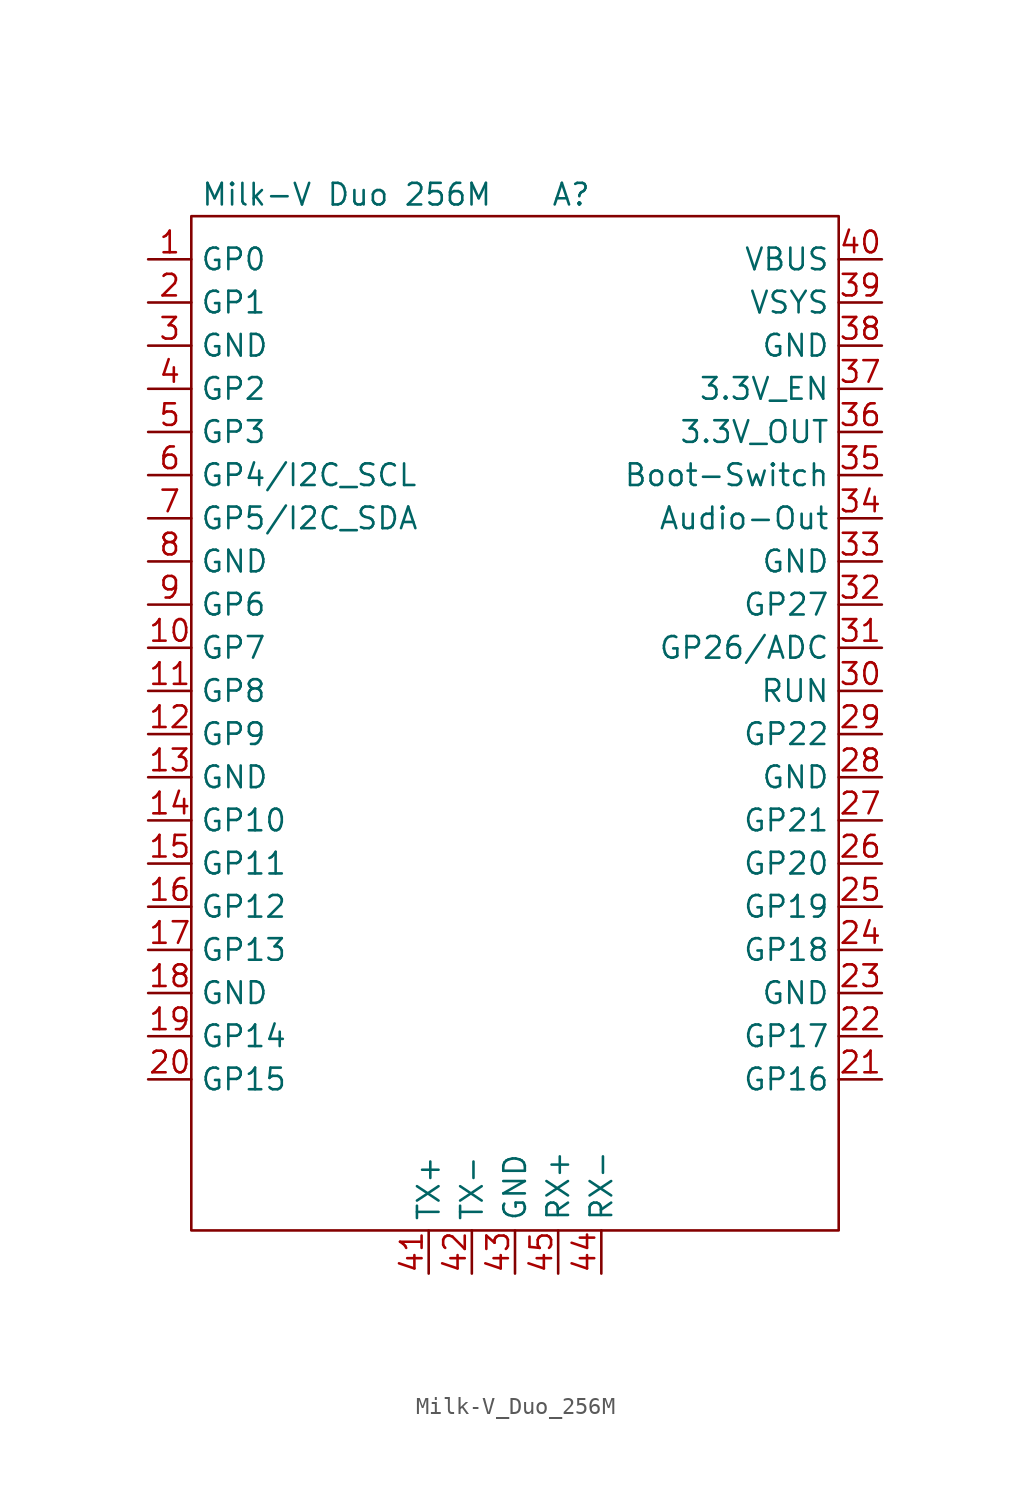
<source format=kicad_sym>
(kicad_symbol_lib
  (version 20231120)
  (generator "kicad_symbol_editor")
  (generator_version "8.0")
  (symbol "Milk-V_Duo_256M"
    (property "Reference" "A"
      (at 3.302 -1.27 0)
      (effects (font (size 1.27 1.27))))
    (property "Value" "Milk-V Duo 256M"
      (at -9.906 -1.27 0)
      (effects (font (size 1.27 1.27))))
    (symbol "Milk-V_Duo_256M_0_1"
      (rectangle (start -19.05 -2.54) (end 19.05 -62.23) (stroke (width 0) (type default)) (fill (type none))))
    (symbol "Milk-V_Duo_256M_1_1"
      (pin bidirectional line (at -21.59 -5.08 0) (length 2.54) (name "GP0" (effects (font (size 1.27 1.27)))) (number "1" (effects (font (size 1.27 1.27)))))
      (pin bidirectional line (at -21.59 -27.94 0) (length 2.54) (name "GP7" (effects (font (size 1.27 1.27)))) (number "10" (effects (font (size 1.27 1.27)))))
      (pin bidirectional line (at -21.59 -30.48 0) (length 2.54) (name "GP8" (effects (font (size 1.27 1.27)))) (number "11" (effects (font (size 1.27 1.27)))))
      (pin bidirectional line (at -21.59 -33.02 0) (length 2.54) (name "GP9" (effects (font (size 1.27 1.27)))) (number "12" (effects (font (size 1.27 1.27)))))
      (pin output line (at -21.59 -35.56 0) (length 2.54) (name "GND" (effects (font (size 1.27 1.27)))) (number "13" (effects (font (size 1.27 1.27)))))
      (pin bidirectional line (at -21.59 -38.1 0) (length 2.54) (name "GP10" (effects (font (size 1.27 1.27)))) (number "14" (effects (font (size 1.27 1.27)))))
      (pin bidirectional line (at -21.59 -40.64 0) (length 2.54) (name "GP11" (effects (font (size 1.27 1.27)))) (number "15" (effects (font (size 1.27 1.27)))))
      (pin bidirectional line (at -21.59 -43.18 0) (length 2.54) (name "GP12" (effects (font (size 1.27 1.27)))) (number "16" (effects (font (size 1.27 1.27)))))
      (pin bidirectional line (at -21.59 -45.72 0) (length 2.54) (name "GP13" (effects (font (size 1.27 1.27)))) (number "17" (effects (font (size 1.27 1.27)))))
      (pin output line (at -21.59 -48.26 0) (length 2.54) (name "GND" (effects (font (size 1.27 1.27)))) (number "18" (effects (font (size 1.27 1.27)))))
      (pin bidirectional line (at -21.59 -50.8 0) (length 2.54) (name "GP14" (effects (font (size 1.27 1.27)))) (number "19" (effects (font (size 1.27 1.27)))))
      (pin bidirectional line (at -21.59 -7.62 0) (length 2.54) (name "GP1" (effects (font (size 1.27 1.27)))) (number "2" (effects (font (size 1.27 1.27)))))
      (pin bidirectional line (at -21.59 -53.34 0) (length 2.54) (name "GP15" (effects (font (size 1.27 1.27)))) (number "20" (effects (font (size 1.27 1.27)))))
      (pin bidirectional line (at 21.59 -53.34 180) (length 2.54) (name "GP16" (effects (font (size 1.27 1.27)))) (number "21" (effects (font (size 1.27 1.27)))))
      (pin bidirectional line (at 21.59 -50.8 180) (length 2.54) (name "GP17" (effects (font (size 1.27 1.27)))) (number "22" (effects (font (size 1.27 1.27)))))
      (pin output line (at 21.59 -48.26 180) (length 2.54) (name "GND" (effects (font (size 1.27 1.27)))) (number "23" (effects (font (size 1.27 1.27)))))
      (pin bidirectional line (at 21.59 -45.72 180) (length 2.54) (name "GP18" (effects (font (size 1.27 1.27)))) (number "24" (effects (font (size 1.27 1.27)))))
      (pin bidirectional line (at 21.59 -43.18 180) (length 2.54) (name "GP19" (effects (font (size 1.27 1.27)))) (number "25" (effects (font (size 1.27 1.27)))))
      (pin bidirectional line (at 21.59 -40.64 180) (length 2.54) (name "GP20" (effects (font (size 1.27 1.27)))) (number "26" (effects (font (size 1.27 1.27)))))
      (pin bidirectional line (at 21.59 -38.1 180) (length 2.54) (name "GP21" (effects (font (size 1.27 1.27)))) (number "27" (effects (font (size 1.27 1.27)))))
      (pin output line (at 21.59 -35.56 180) (length 2.54) (name "GND" (effects (font (size 1.27 1.27)))) (number "28" (effects (font (size 1.27 1.27)))))
      (pin bidirectional line (at 21.59 -33.02 180) (length 2.54) (name "GP22" (effects (font (size 1.27 1.27)))) (number "29" (effects (font (size 1.27 1.27)))))
      (pin output line (at -21.59 -10.16 0) (length 2.54) (name "GND" (effects (font (size 1.27 1.27)))) (number "3" (effects (font (size 1.27 1.27)))))
      (pin bidirectional line (at 21.59 -30.48 180) (length 2.54) (name "RUN" (effects (font (size 1.27 1.27)))) (number "30" (effects (font (size 1.27 1.27)))))
      (pin bidirectional line (at 21.59 -27.94 180) (length 2.54) (name "GP26/ADC" (effects (font (size 1.27 1.27)))) (number "31" (effects (font (size 1.27 1.27)))))
      (pin bidirectional line (at 21.59 -25.4 180) (length 2.54) (name "GP27" (effects (font (size 1.27 1.27)))) (number "32" (effects (font (size 1.27 1.27)))))
      (pin output line (at 21.59 -22.86 180) (length 2.54) (name "GND" (effects (font (size 1.27 1.27)))) (number "33" (effects (font (size 1.27 1.27)))))
      (pin bidirectional line (at 21.59 -20.32 180) (length 2.54) (name "Audio-Out" (effects (font (size 1.27 1.27)))) (number "34" (effects (font (size 1.27 1.27)))))
      (pin bidirectional line (at 21.59 -17.78 180) (length 2.54) (name "Boot-Switch" (effects (font (size 1.27 1.27)))) (number "35" (effects (font (size 1.27 1.27)))))
      (pin output line (at 21.59 -15.24 180) (length 2.54) (name "3.3V_OUT" (effects (font (size 1.27 1.27)))) (number "36" (effects (font (size 1.27 1.27)))))
      (pin output line (at 21.59 -12.7 180) (length 2.54) (name "3.3V_EN" (effects (font (size 1.27 1.27)))) (number "37" (effects (font (size 1.27 1.27)))))
      (pin output line (at 21.59 -10.16 180) (length 2.54) (name "GND" (effects (font (size 1.27 1.27)))) (number "38" (effects (font (size 1.27 1.27)))))
      (pin input line (at 21.59 -7.62 180) (length 2.54) (name "VSYS" (effects (font (size 1.27 1.27)))) (number "39" (effects (font (size 1.27 1.27)))))
      (pin bidirectional line (at -21.59 -12.7 0) (length 2.54) (name "GP2" (effects (font (size 1.27 1.27)))) (number "4" (effects (font (size 1.27 1.27)))))
      (pin bidirectional line (at 21.59 -5.08 180) (length 2.54) (name "VBUS" (effects (font (size 1.27 1.27)))) (number "40" (effects (font (size 1.27 1.27)))))
      (pin bidirectional line (at -5.08 -64.77 90) (length 2.54) (name "TX+" (effects (font (size 1.27 1.27)))) (number "41" (effects (font (size 1.27 1.27)))))
      (pin bidirectional line (at -2.54 -64.77 90) (length 2.54) (name "TX-" (effects (font (size 1.27 1.27)))) (number "42" (effects (font (size 1.27 1.27)))))
      (pin output line (at 0 -64.77 90) (length 2.54) (name "GND" (effects (font (size 1.27 1.27)))) (number "43" (effects (font (size 1.27 1.27)))))
      (pin bidirectional line (at 5.08 -64.77 90) (length 2.54) (name "RX-" (effects (font (size 1.27 1.27)))) (number "44" (effects (font (size 1.27 1.27)))))
      (pin bidirectional line (at 2.54 -64.77 90) (length 2.54) (name "RX+" (effects (font (size 1.27 1.27)))) (number "45" (effects (font (size 1.27 1.27)))))
      (pin bidirectional line (at -21.59 -15.24 0) (length 2.54) (name "GP3" (effects (font (size 1.27 1.27)))) (number "5" (effects (font (size 1.27 1.27)))))
      (pin bidirectional line (at -21.59 -17.78 0) (length 2.54) (name "GP4/I2C_SCL" (effects (font (size 1.27 1.27)))) (number "6" (effects (font (size 1.27 1.27)))))
      (pin bidirectional line (at -21.59 -20.32 0) (length 2.54) (name "GP5/I2C_SDA" (effects (font (size 1.27 1.27)))) (number "7" (effects (font (size 1.27 1.27)))))
      (pin output line (at -21.59 -22.86 0) (length 2.54) (name "GND" (effects (font (size 1.27 1.27)))) (number "8" (effects (font (size 1.27 1.27)))))
      (pin bidirectional line (at -21.59 -25.4 0) (length 2.54) (name "GP6" (effects (font (size 1.27 1.27)))) (number "9" (effects (font (size 1.27 1.27))))))))
</source>
